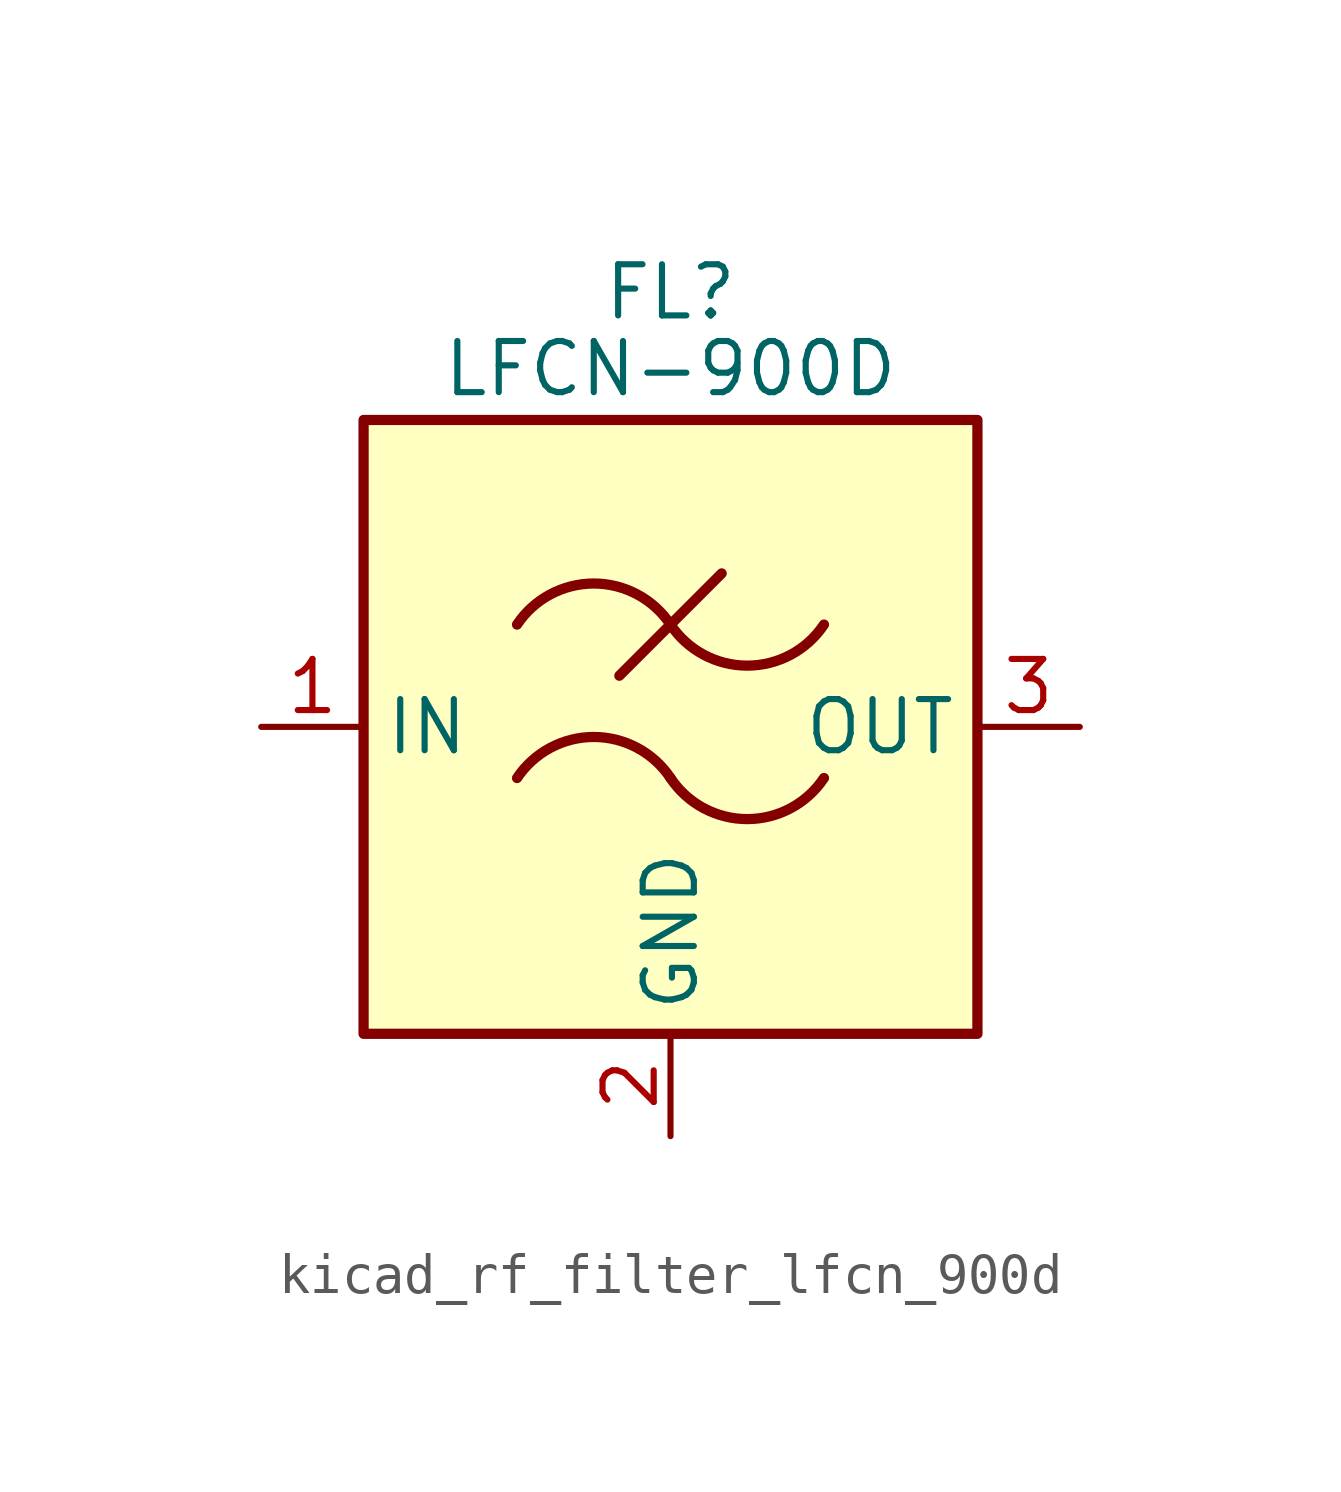
<source format=kicad_sym>
(kicad_symbol_lib
  (version 20220914)
  (generator kicad_symbol_editor)
  (symbol "kicad_rf_filter_lfcn_900d"
    (property "Reference" "FL"
      (at 0 10.795 0)
      (effects (font (size 1.27 1.27))))
    (property "Value" "LFCN-900D"
      (at 0 8.89 0)
      (effects (font (size 1.27 1.27))))
    (symbol "kicad_rf_filter_lfcn_900d_0_1"
      (rectangle (start -7.62 7.62) (end 7.62 -7.62) (stroke (width 0.254) (type default)) (fill (type background)))
      (arc (start 0 -1.27) (mid -1.905 -0.2505) (end -3.81 -1.27) (stroke (width 0.254) (type default)) (fill (type none)))
      (arc (start 0 -1.27) (mid 1.905 -2.2895) (end 3.81 -1.27) (stroke (width 0.254) (type default)) (fill (type none)))
      (polyline (pts (xy -1.27 1.27) (xy 1.27 3.81)) (stroke (width 0.254) (type default)) (fill (type none)))
      (arc (start 0 2.54) (mid -1.905 3.5595) (end -3.81 2.54) (stroke (width 0.254) (type default)) (fill (type none)))
      (arc (start 0 2.54) (mid 1.905 1.5205) (end 3.81 2.54) (stroke (width 0.254) (type default)) (fill (type none))))
    (symbol "kicad_rf_filter_lfcn_900d_1_1"
      (pin passive line (at -10.16 0 0) (length 2.54) (name "IN" (effects (font (size 1.27 1.27)))) (number "1" (effects (font (size 1.27 1.27)))))
      (pin passive line (at 0 -10.16 90) (length 2.54) (name "GND" (effects (font (size 1.27 1.27)))) (number "2" (effects (font (size 1.27 1.27)))))
      (pin passive line (at 10.16 0 180) (length 2.54) (name "OUT" (effects (font (size 1.27 1.27)))) (number "3" (effects (font (size 1.27 1.27)))))
      (pin passive line (at 0 -10.16 90) (length 2.54) hide (name "GND" (effects (font (size 1.27 1.27)))) (number "4" (effects (font (size 1.27 1.27))))))))
</source>
